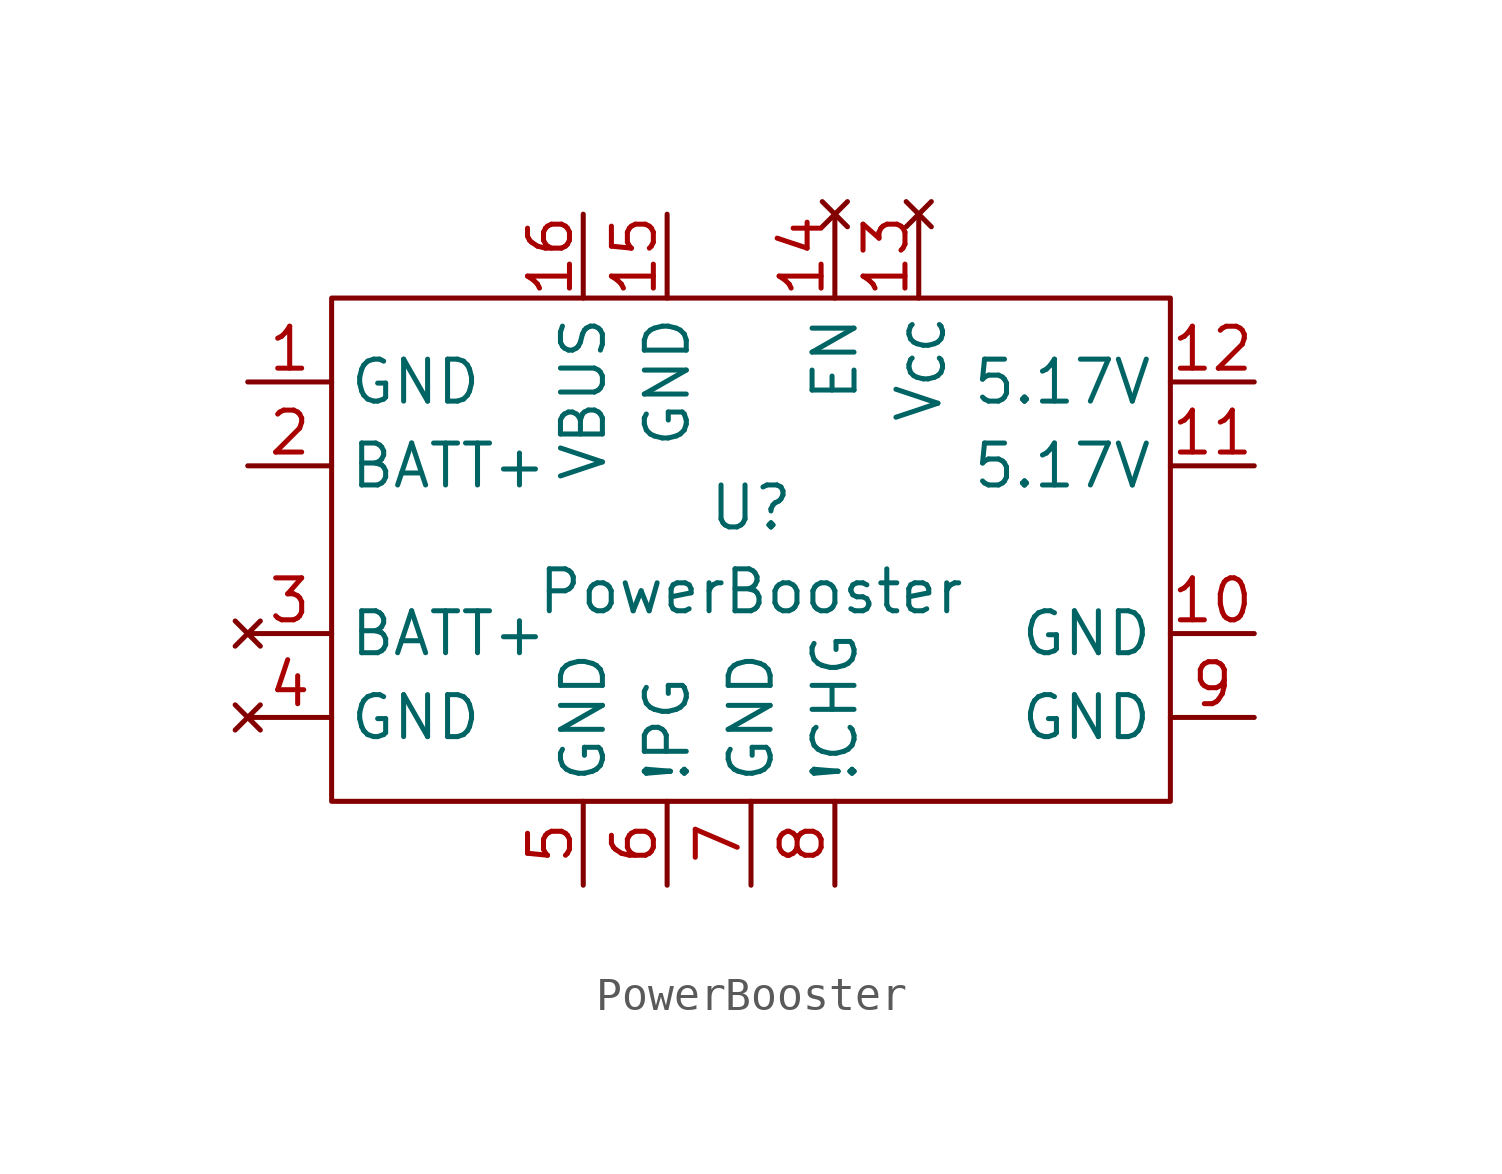
<source format=kicad_sym>
(kicad_symbol_lib
  (version 20211014)
  (generator kicad_symbol_editor)
  (symbol "PowerBooster"
    (property "Reference" "U"
      (at 0 1.27 0)
      (effects (font (size 1.27 1.27))))
    (property "Value" "PowerBooster"
      (at 0 -1.27 0)
      (effects (font (size 1.27 1.27))))
    (symbol "PowerBooster_0_1"
      (rectangle (start -12.7 7.62) (end 12.7 -7.62) (stroke (width 0) (type default) (color 0 0 0 0)) (fill (type none))))
    (symbol "PowerBooster_1_1"
      (pin power_in line (at -15.24 5.08 0) (length 2.54) (name "GND" (effects (font (size 1.27 1.27)))) (number "1" (effects (font (size 1.27 1.27)))))
      (pin power_in line (at 15.24 -2.54 180) (length 2.54) (name "GND" (effects (font (size 1.27 1.27)))) (number "10" (effects (font (size 1.27 1.27)))))
      (pin power_in line (at 15.24 2.54 180) (length 2.54) (name "5.17V" (effects (font (size 1.27 1.27)))) (number "11" (effects (font (size 1.27 1.27)))))
      (pin power_in line (at 15.24 5.08 180) (length 2.54) (name "5.17V" (effects (font (size 1.27 1.27)))) (number "12" (effects (font (size 1.27 1.27)))))
      (pin no_connect line (at 5.08 10.16 270) (length 2.54) (name "V_{CC}" (effects (font (size 1.27 1.27)))) (number "13" (effects (font (size 1.27 1.27)))))
      (pin no_connect line (at 2.54 10.16 270) (length 2.54) (name "EN" (effects (font (size 1.27 1.27)))) (number "14" (effects (font (size 1.27 1.27)))))
      (pin power_in line (at -2.54 10.16 270) (length 2.54) (name "GND" (effects (font (size 1.27 1.27)))) (number "15" (effects (font (size 1.27 1.27)))))
      (pin power_in line (at -5.08 10.16 270) (length 2.54) (name "VBUS" (effects (font (size 1.27 1.27)))) (number "16" (effects (font (size 1.27 1.27)))))
      (pin power_in line (at -15.24 2.54 0) (length 2.54) (name "BATT+" (effects (font (size 1.27 1.27)))) (number "2" (effects (font (size 1.27 1.27)))))
      (pin no_connect line (at -15.24 -2.54 0) (length 2.54) (name "BATT+" (effects (font (size 1.27 1.27)))) (number "3" (effects (font (size 1.27 1.27)))))
      (pin no_connect line (at -15.24 -5.08 0) (length 2.54) (name "GND" (effects (font (size 1.27 1.27)))) (number "4" (effects (font (size 1.27 1.27)))))
      (pin power_in line (at -5.08 -10.16 90) (length 2.54) (name "GND" (effects (font (size 1.27 1.27)))) (number "5" (effects (font (size 1.27 1.27)))))
      (pin input line (at -2.54 -10.16 90) (length 2.54) (name "!PG" (effects (font (size 1.27 1.27)))) (number "6" (effects (font (size 1.27 1.27)))))
      (pin power_in line (at 0 -10.16 90) (length 2.54) (name "GND" (effects (font (size 1.27 1.27)))) (number "7" (effects (font (size 1.27 1.27)))))
      (pin input line (at 2.54 -10.16 90) (length 2.54) (name "!CHG" (effects (font (size 1.27 1.27)))) (number "8" (effects (font (size 1.27 1.27)))))
      (pin power_in line (at 15.24 -5.08 180) (length 2.54) (name "GND" (effects (font (size 1.27 1.27)))) (number "9" (effects (font (size 1.27 1.27))))))))
</source>
